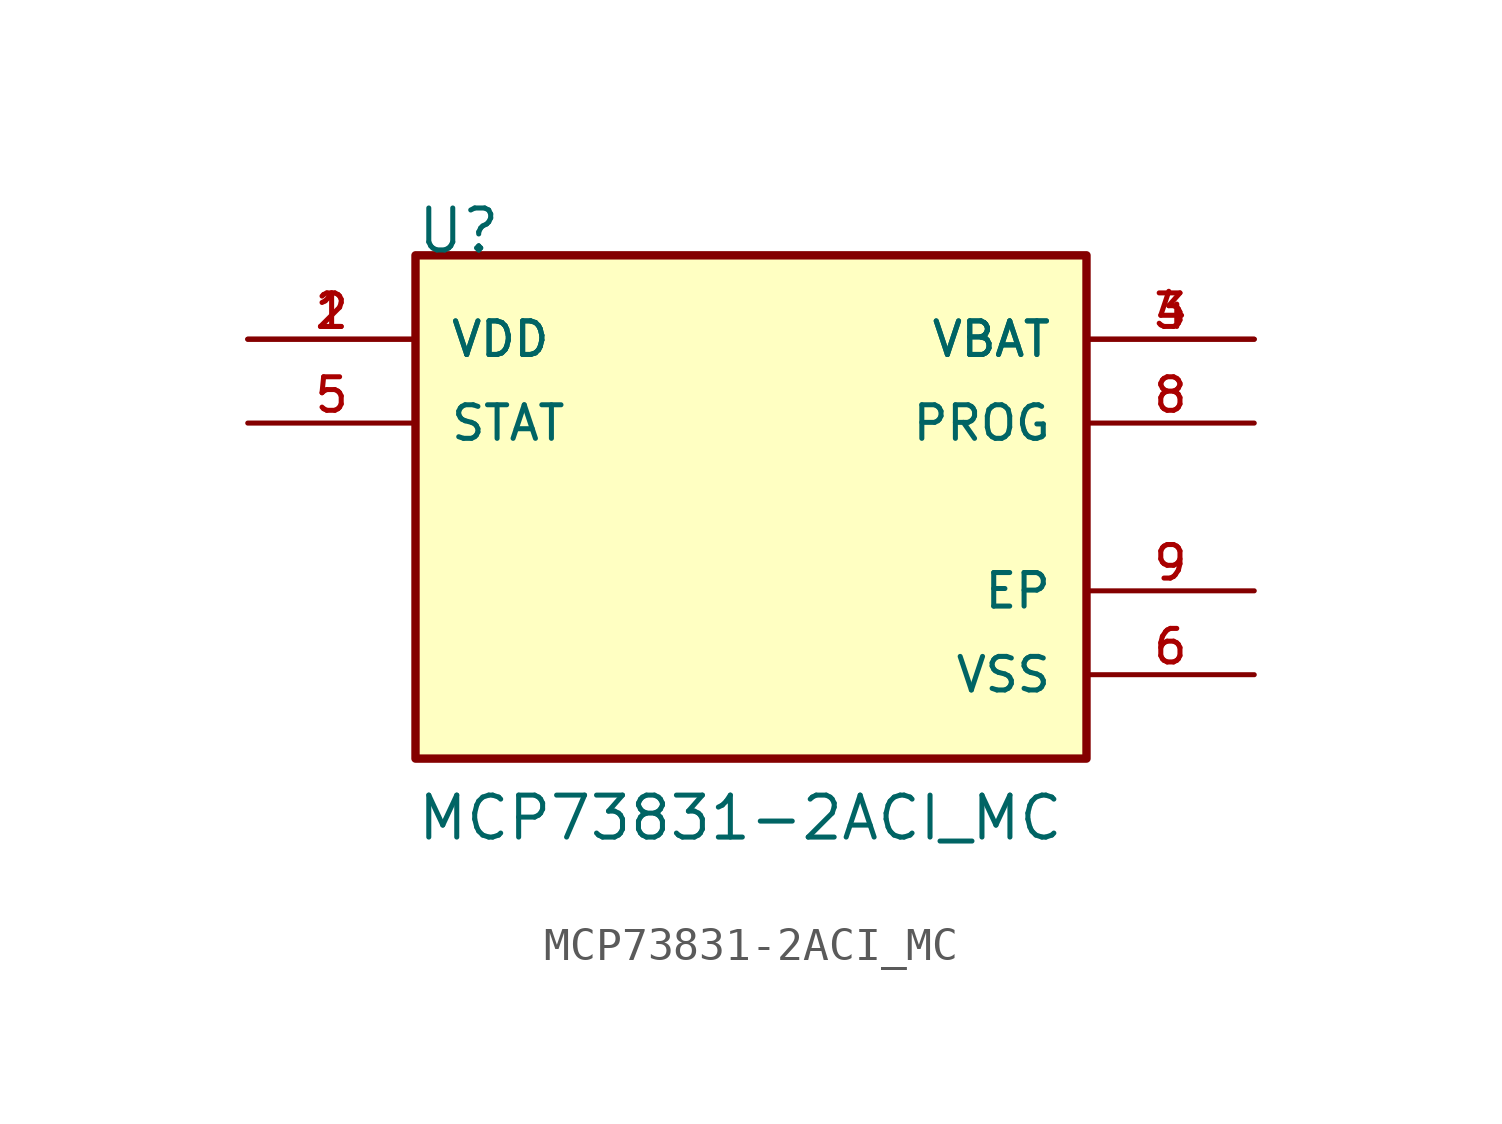
<source format=kicad_sym>
(kicad_symbol_lib
  (version 20211014)
  (generator kicad_symbol_editor)
  (symbol "MCP73831-2ACI_MC"
    (pin_names
      (offset 1.016))
    (property "Reference" "U"
      (at -10.16 7.62 0)
      (effects (font (size 1.27 1.27)) (justify bottom left)))
    (property "Value" "MCP73831-2ACI_MC"
      (at -10.16 -10.16 0)
      (effects (font (size 1.27 1.27)) (justify bottom left)))
    (symbol "MCP73831-2ACI_MC_0_0"
      (rectangle (start -10.16 -7.62) (end 10.16 7.62) (stroke (width 0.254)) (fill (type background)))
      (pin power_in line (at -15.24 5.08 0) (length 5.08) (name "VDD" (effects (font (size 1.016 1.016)))) (number "1" (effects (font (size 1.016 1.016)))))
      (pin power_in line (at -15.24 5.08 0) (length 5.08) (name "VDD" (effects (font (size 1.016 1.016)))) (number "2" (effects (font (size 1.016 1.016)))))
      (pin power_in line (at 15.24 -5.08 180.0) (length 5.08) (name "VSS" (effects (font (size 1.016 1.016)))) (number "6" (effects (font (size 1.016 1.016)))))
      (pin output line (at 15.24 5.08 180.0) (length 5.08) (name "VBAT" (effects (font (size 1.016 1.016)))) (number "3" (effects (font (size 1.016 1.016)))))
      (pin output line (at 15.24 5.08 180.0) (length 5.08) (name "VBAT" (effects (font (size 1.016 1.016)))) (number "4" (effects (font (size 1.016 1.016)))))
      (pin output line (at -15.24 2.54 0) (length 5.08) (name "STAT" (effects (font (size 1.016 1.016)))) (number "5" (effects (font (size 1.016 1.016)))))
      (pin input line (at 15.24 2.54 180.0) (length 5.08) (name "PROG" (effects (font (size 1.016 1.016)))) (number "8" (effects (font (size 1.016 1.016)))))
      (pin power_in line (at 15.24 -2.54 180.0) (length 5.08) (name "EP" (effects (font (size 1.016 1.016)))) (number "9" (effects (font (size 1.016 1.016))))))))
</source>
